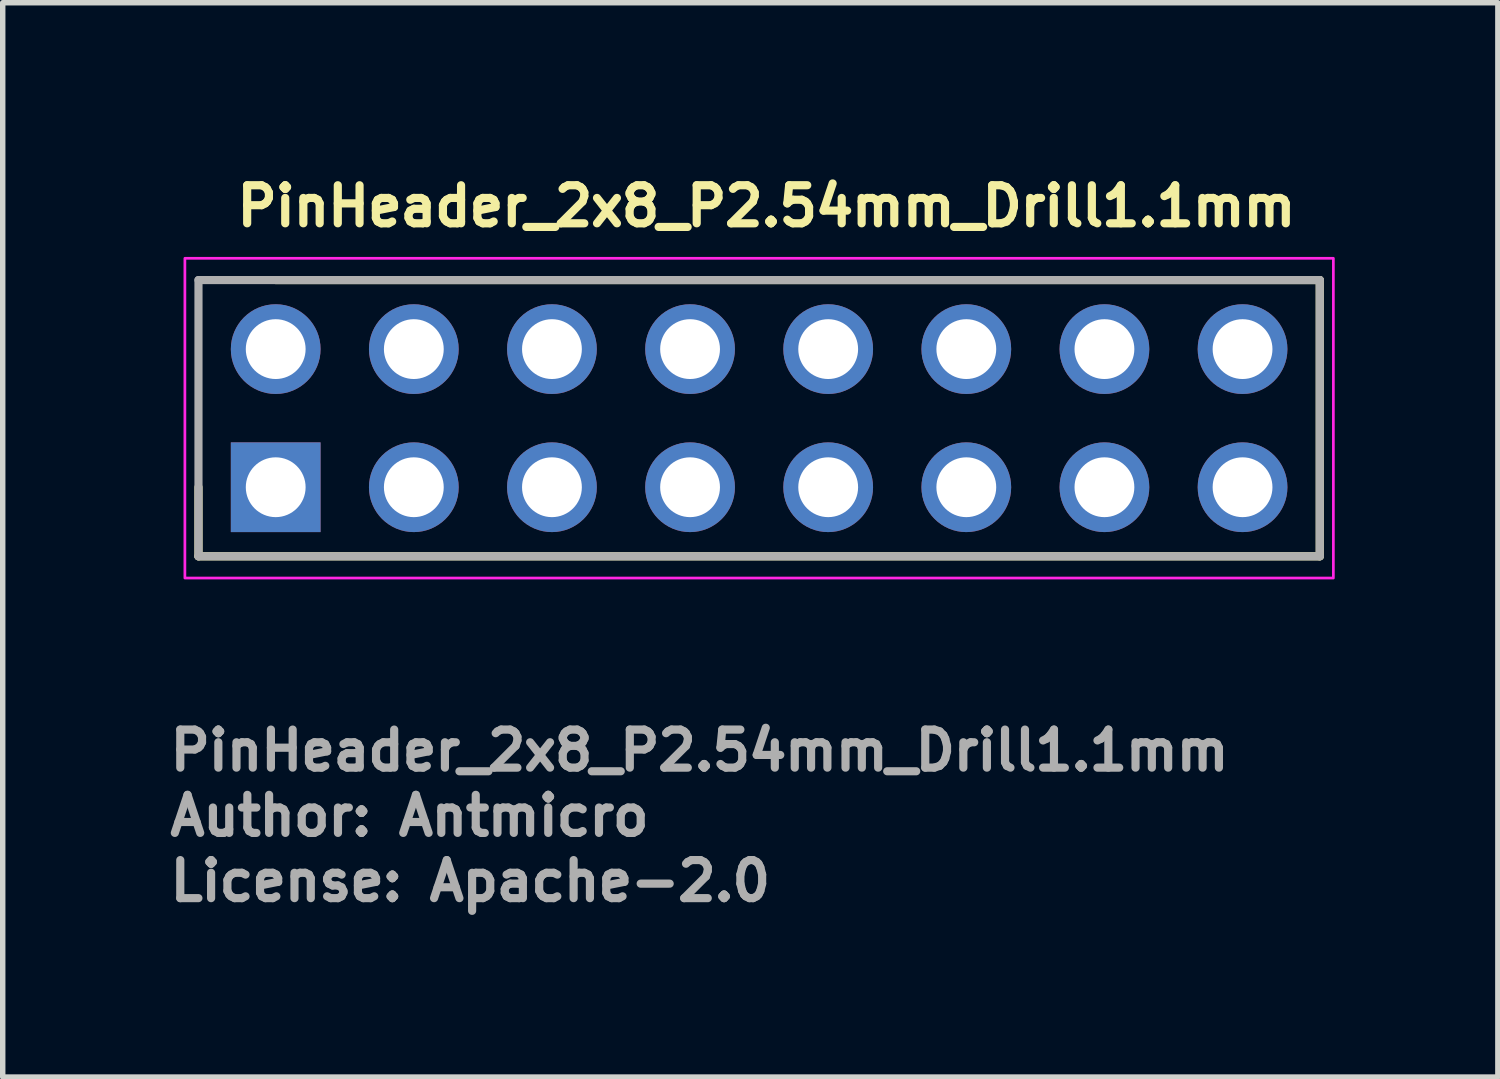
<source format=kicad_pcb>
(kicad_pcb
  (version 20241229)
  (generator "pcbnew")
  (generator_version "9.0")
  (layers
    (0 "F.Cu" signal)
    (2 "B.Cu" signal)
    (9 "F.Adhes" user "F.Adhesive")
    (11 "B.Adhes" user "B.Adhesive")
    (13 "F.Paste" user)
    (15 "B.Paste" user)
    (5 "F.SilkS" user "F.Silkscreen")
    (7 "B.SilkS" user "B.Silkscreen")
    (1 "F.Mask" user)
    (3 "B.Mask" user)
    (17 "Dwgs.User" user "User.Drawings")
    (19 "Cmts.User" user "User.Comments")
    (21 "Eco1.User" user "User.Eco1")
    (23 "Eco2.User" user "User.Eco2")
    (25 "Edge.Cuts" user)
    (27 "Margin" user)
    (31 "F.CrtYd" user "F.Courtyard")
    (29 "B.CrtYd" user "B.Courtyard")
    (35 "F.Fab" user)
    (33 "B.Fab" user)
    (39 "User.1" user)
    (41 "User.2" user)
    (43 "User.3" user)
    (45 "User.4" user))
  (footprint "PinHeader_2x8_P2.54mm_Drill1.1mm"
    (layer "F.Cu")
    (at 2.02 5.91)
    (property "Reference" "PinHeader_2x8_P2.54mm_Drill1.1mm" (at -0.79 -4.76 0) (unlocked yes) (layer "F.SilkS") (effects (font (size 0.7 0.7) (thickness 0.15)) (justify left bottom)))
    (attr through_hole)
    (fp_line (start -1.42 0) (end -1.42 1.27) (stroke (width 0.15) (type solid)) (layer "F.SilkS"))
    (fp_line (start -1.42 1.27) (end 19.2 1.27) (stroke (width 0.15) (type solid)) (layer "F.SilkS"))
    (fp_line (start 19.2 -3.81) (end 0 -3.81) (stroke (width 0.15) (type solid)) (layer "F.SilkS"))
    (fp_line (start 19.2 1.27) (end 19.2 -3.81) (stroke (width 0.15) (type solid)) (layer "F.SilkS"))
    (fp_rect (start -1.67 -4.21) (end 19.45 1.67) (stroke (width 0.05) (type solid)) (fill no) (layer "F.CrtYd"))
    (fp_line (start -1.42 -3.81) (end 19.2 -3.81) (stroke (width 0.15) (type solid)) (layer "F.Fab"))
    (fp_line (start -1.42 1.27) (end -1.42 -3.81) (stroke (width 0.15) (type solid)) (layer "F.Fab"))
    (fp_line (start 19.2 -3.81) (end 19.2 1.27) (stroke (width 0.15) (type solid)) (layer "F.Fab"))
    (fp_line (start 19.2 1.27) (end -1.42 1.27) (stroke (width 0.15) (type solid)) (layer "F.Fab"))
    (fp_rect (start -1.27 -3.81) (end 19.05 1.27) (stroke (width 0.1) (type solid)) (fill no) (layer "User.5"))
    (fp_line (start -1.27 -3.81) (end 1.045 -3.81) (stroke (width 0.02) (type solid)) (layer "User.9"))
    (fp_line (start -1.27 1.27) (end -1.27 -3.81) (stroke (width 0.02) (type solid)) (layer "User.9"))
    (fp_line (start -1.27 1.27) (end 1.045 1.27) (stroke (width 0.02) (type solid)) (layer "User.9"))
    (fp_line (start -0.32 -2.86) (end -0.064 -2.604) (stroke (width 0.02) (type solid)) (layer "User.9"))
    (fp_line (start -0.32 -2.86) (end 0.32 -2.86) (stroke (width 0.02) (type solid)) (layer "User.9"))
    (fp_line (start -0.32 -2.22) (end -0.32 -2.86) (stroke (width 0.02) (type solid)) (layer "User.9"))
    (fp_line (start -0.32 -2.22) (end -0.064 -2.476) (stroke (width 0.02) (type solid)) (layer "User.9"))
    (fp_line (start -0.32 -2.22) (end 0.32 -2.22) (stroke (width 0.02) (type solid)) (layer "User.9"))
    (fp_line (start -0.32 -0.32) (end -0.064 -0.064) (stroke (width 0.02) (type solid)) (layer "User.9"))
    (fp_line (start -0.32 -0.32) (end 0.32 -0.32) (stroke (width 0.02) (type solid)) (layer "User.9"))
    (fp_line (start -0.32 0.32) (end -0.32 -0.32) (stroke (width 0.02) (type solid)) (layer "User.9"))
    (fp_line (start -0.32 0.32) (end -0.064 0.064) (stroke (width 0.02) (type solid)) (layer "User.9"))
    (fp_line (start -0.32 0.32) (end 0.32 0.32) (stroke (width 0.02) (type solid)) (layer "User.9"))
    (fp_line (start -0.064 -2.604) (end 0.064 -2.604) (stroke (width 0.02) (type solid)) (layer "User.9"))
    (fp_line (start -0.064 -2.476) (end -0.064 -2.604) (stroke (width 0.02) (type solid)) (layer "User.9"))
    (fp_line (start -0.064 -2.476) (end 0.064 -2.476) (stroke (width 0.02) (type solid)) (layer "User.9"))
    (fp_line (start -0.064 -0.064) (end 0.064 -0.064) (stroke (width 0.02) (type solid)) (layer "User.9"))
    (fp_line (start -0.064 0.064) (end -0.064 -0.064) (stroke (width 0.02) (type solid)) (layer "User.9"))
    (fp_line (start -0.064 0.064) (end 0.064 0.064) (stroke (width 0.02) (type solid)) (layer "User.9"))
    (fp_line (start 0.064 -2.476) (end 0.064 -2.604) (stroke (width 0.02) (type solid)) (layer "User.9"))
    (fp_line (start 0.064 0.064) (end 0.064 -0.064) (stroke (width 0.02) (type solid)) (layer "User.9"))
    (fp_line (start 0.32 -2.86) (end 0.064 -2.604) (stroke (width 0.02) (type solid)) (layer "User.9"))
    (fp_line (start 0.32 -2.22) (end 0.064 -2.476) (stroke (width 0.02) (type solid)) (layer "User.9"))
    (fp_line (start 0.32 -2.22) (end 0.32 -2.86) (stroke (width 0.02) (type solid)) (layer "User.9"))
    (fp_line (start 0.32 -0.32) (end 0.064 -0.064) (stroke (width 0.02) (type solid)) (layer "User.9"))
    (fp_line (start 0.32 0.32) (end 0.064 0.064) (stroke (width 0.02) (type solid)) (layer "User.9"))
    (fp_line (start 0.32 0.32) (end 0.32 -0.32) (stroke (width 0.02) (type solid)) (layer "User.9"))
    (fp_line (start 1.045 -3.81) (end 1.27 -3.585) (stroke (width 0.02) (type solid)) (layer "User.9"))
    (fp_line (start 1.045 1.27) (end 1.045 -3.81) (stroke (width 0.02) (type solid)) (layer "User.9"))
    (fp_line (start 1.045 1.27) (end 1.27 1.045) (stroke (width 0.02) (type solid)) (layer "User.9"))
    (fp_line (start 1.27 1.045) (end 1.27 -3.585) (stroke (width 0.02) (type solid)) (layer "User.9"))
    (fp_line (start 1.495 -3.81) (end 1.27 -3.585) (stroke (width 0.02) (type solid)) (layer "User.9"))
    (fp_line (start 1.495 -3.81) (end 3.585 -3.81) (stroke (width 0.02) (type solid)) (layer "User.9"))
    (fp_line (start 1.495 1.27) (end 1.27 1.045) (stroke (width 0.02) (type solid)) (layer "User.9"))
    (fp_line (start 1.495 1.27) (end 1.495 -3.81) (stroke (width 0.02) (type solid)) (layer "User.9"))
    (fp_line (start 1.495 1.27) (end 3.585 1.27) (stroke (width 0.02) (type solid)) (layer "User.9"))
    (fp_line (start 2.22 -2.86) (end 2.476 -2.604) (stroke (width 0.02) (type solid)) (layer "User.9"))
    (fp_line (start 2.22 -2.86) (end 2.86 -2.86) (stroke (width 0.02) (type solid)) (layer "User.9"))
    (fp_line (start 2.22 -2.22) (end 2.22 -2.86) (stroke (width 0.02) (type solid)) (layer "User.9"))
    (fp_line (start 2.22 -2.22) (end 2.476 -2.476) (stroke (width 0.02) (type solid)) (layer "User.9"))
    (fp_line (start 2.22 -2.22) (end 2.86 -2.22) (stroke (width 0.02) (type solid)) (layer "User.9"))
    (fp_line (start 2.22 -0.32) (end 2.476 -0.064) (stroke (width 0.02) (type solid)) (layer "User.9"))
    (fp_line (start 2.22 -0.32) (end 2.86 -0.32) (stroke (width 0.02) (type solid)) (layer "User.9"))
    (fp_line (start 2.22 0.32) (end 2.22 -0.32) (stroke (width 0.02) (type solid)) (layer "User.9"))
    (fp_line (start 2.22 0.32) (end 2.476 0.064) (stroke (width 0.02) (type solid)) (layer "User.9"))
    (fp_line (start 2.22 0.32) (end 2.86 0.32) (stroke (width 0.02) (type solid)) (layer "User.9"))
    (fp_line (start 2.476 -2.604) (end 2.604 -2.604) (stroke (width 0.02) (type solid)) (layer "User.9"))
    (fp_line (start 2.476 -2.476) (end 2.476 -2.604) (stroke (width 0.02) (type solid)) (layer "User.9"))
    (fp_line (start 2.476 -2.476) (end 2.604 -2.476) (stroke (width 0.02) (type solid)) (layer "User.9"))
    (fp_line (start 2.476 -0.064) (end 2.604 -0.064) (stroke (width 0.02) (type solid)) (layer "User.9"))
    (fp_line (start 2.476 0.064) (end 2.476 -0.064) (stroke (width 0.02) (type solid)) (layer "User.9"))
    (fp_line (start 2.476 0.064) (end 2.604 0.064) (stroke (width 0.02) (type solid)) (layer "User.9"))
    (fp_line (start 2.604 -2.476) (end 2.604 -2.604) (stroke (width 0.02) (type solid)) (layer "User.9"))
    (fp_line (start 2.604 0.064) (end 2.604 -0.064) (stroke (width 0.02) (type solid)) (layer "User.9"))
    (fp_line (start 2.86 -2.86) (end 2.604 -2.604) (stroke (width 0.02) (type solid)) (layer "User.9"))
    (fp_line (start 2.86 -2.22) (end 2.604 -2.476) (stroke (width 0.02) (type solid)) (layer "User.9"))
    (fp_line (start 2.86 -2.22) (end 2.86 -2.86) (stroke (width 0.02) (type solid)) (layer "User.9"))
    (fp_line (start 2.86 -0.32) (end 2.604 -0.064) (stroke (width 0.02) (type solid)) (layer "User.9"))
    (fp_line (start 2.86 0.32) (end 2.604 0.064) (stroke (width 0.02) (type solid)) (layer "User.9"))
    (fp_line (start 2.86 0.32) (end 2.86 -0.32) (stroke (width 0.02) (type solid)) (layer "User.9"))
    (fp_line (start 3.585 -3.81) (end 3.81 -3.585) (stroke (width 0.02) (type solid)) (layer "User.9"))
    (fp_line (start 3.585 1.27) (end 3.585 -3.81) (stroke (width 0.02) (type solid)) (layer "User.9"))
    (fp_line (start 3.585 1.27) (end 3.81 1.045) (stroke (width 0.02) (type solid)) (layer "User.9"))
    (fp_line (start 3.81 1.045) (end 3.81 -3.585) (stroke (width 0.02) (type solid)) (layer "User.9"))
    (fp_line (start 4.035 -3.81) (end 3.81 -3.585) (stroke (width 0.02) (type solid)) (layer "User.9"))
    (fp_line (start 4.035 -3.81) (end 6.125 -3.81) (stroke (width 0.02) (type solid)) (layer "User.9"))
    (fp_line (start 4.035 1.27) (end 3.81 1.045) (stroke (width 0.02) (type solid)) (layer "User.9"))
    (fp_line (start 4.035 1.27) (end 4.035 -3.81) (stroke (width 0.02) (type solid)) (layer "User.9"))
    (fp_line (start 4.035 1.27) (end 6.125 1.27) (stroke (width 0.02) (type solid)) (layer "User.9"))
    (fp_line (start 4.76 -2.86) (end 5.016 -2.604) (stroke (width 0.02) (type solid)) (layer "User.9"))
    (fp_line (start 4.76 -2.86) (end 5.4 -2.86) (stroke (width 0.02) (type solid)) (layer "User.9"))
    (fp_line (start 4.76 -2.22) (end 4.76 -2.86) (stroke (width 0.02) (type solid)) (layer "User.9"))
    (fp_line (start 4.76 -2.22) (end 5.016 -2.476) (stroke (width 0.02) (type solid)) (layer "User.9"))
    (fp_line (start 4.76 -2.22) (end 5.4 -2.22) (stroke (width 0.02) (type solid)) (layer "User.9"))
    (fp_line (start 4.76 -0.32) (end 5.016 -0.064) (stroke (width 0.02) (type solid)) (layer "User.9"))
    (fp_line (start 4.76 -0.32) (end 5.4 -0.32) (stroke (width 0.02) (type solid)) (layer "User.9"))
    (fp_line (start 4.76 0.32) (end 4.76 -0.32) (stroke (width 0.02) (type solid)) (layer "User.9"))
    (fp_line (start 4.76 0.32) (end 5.016 0.064) (stroke (width 0.02) (type solid)) (layer "User.9"))
    (fp_line (start 4.76 0.32) (end 5.4 0.32) (stroke (width 0.02) (type solid)) (layer "User.9"))
    (fp_line (start 5.016 -2.604) (end 5.144 -2.604) (stroke (width 0.02) (type solid)) (layer "User.9"))
    (fp_line (start 5.016 -2.476) (end 5.016 -2.604) (stroke (width 0.02) (type solid)) (layer "User.9"))
    (fp_line (start 5.016 -2.476) (end 5.144 -2.476) (stroke (width 0.02) (type solid)) (layer "User.9"))
    (fp_line (start 5.016 -0.064) (end 5.144 -0.064) (stroke (width 0.02) (type solid)) (layer "User.9"))
    (fp_line (start 5.016 0.064) (end 5.016 -0.064) (stroke (width 0.02) (type solid)) (layer "User.9"))
    (fp_line (start 5.016 0.064) (end 5.144 0.064) (stroke (width 0.02) (type solid)) (layer "User.9"))
    (fp_line (start 5.144 -2.476) (end 5.144 -2.604) (stroke (width 0.02) (type solid)) (layer "User.9"))
    (fp_line (start 5.144 0.064) (end 5.144 -0.064) (stroke (width 0.02) (type solid)) (layer "User.9"))
    (fp_line (start 5.4 -2.86) (end 5.144 -2.604) (stroke (width 0.02) (type solid)) (layer "User.9"))
    (fp_line (start 5.4 -2.22) (end 5.144 -2.476) (stroke (width 0.02) (type solid)) (layer "User.9"))
    (fp_line (start 5.4 -2.22) (end 5.4 -2.86) (stroke (width 0.02) (type solid)) (layer "User.9"))
    (fp_line (start 5.4 -0.32) (end 5.144 -0.064) (stroke (width 0.02) (type solid)) (layer "User.9"))
    (fp_line (start 5.4 0.32) (end 5.144 0.064) (stroke (width 0.02) (type solid)) (layer "User.9"))
    (fp_line (start 5.4 0.32) (end 5.4 -0.32) (stroke (width 0.02) (type solid)) (layer "User.9"))
    (fp_line (start 6.125 -3.81) (end 6.35 -3.585) (stroke (width 0.02) (type solid)) (layer "User.9"))
    (fp_line (start 6.125 1.27) (end 6.125 -3.81) (stroke (width 0.02) (type solid)) (layer "User.9"))
    (fp_line (start 6.125 1.27) (end 6.35 1.045) (stroke (width 0.02) (type solid)) (layer "User.9"))
    (fp_line (start 6.35 1.045) (end 6.35 -3.585) (stroke (width 0.02) (type solid)) (layer "User.9"))
    (fp_line (start 6.575 -3.81) (end 6.35 -3.585) (stroke (width 0.02) (type solid)) (layer "User.9"))
    (fp_line (start 6.575 -3.81) (end 8.665 -3.81) (stroke (width 0.02) (type solid)) (layer "User.9"))
    (fp_line (start 6.575 1.27) (end 6.35 1.045) (stroke (width 0.02) (type solid)) (layer "User.9"))
    (fp_line (start 6.575 1.27) (end 6.575 -3.81) (stroke (width 0.02) (type solid)) (layer "User.9"))
    (fp_line (start 6.575 1.27) (end 8.665 1.27) (stroke (width 0.02) (type solid)) (layer "User.9"))
    (fp_line (start 7.3 -2.86) (end 7.556 -2.604) (stroke (width 0.02) (type solid)) (layer "User.9"))
    (fp_line (start 7.3 -2.86) (end 7.94 -2.86) (stroke (width 0.02) (type solid)) (layer "User.9"))
    (fp_line (start 7.3 -2.22) (end 7.3 -2.86) (stroke (width 0.02) (type solid)) (layer "User.9"))
    (fp_line (start 7.3 -2.22) (end 7.556 -2.476) (stroke (width 0.02) (type solid)) (layer "User.9"))
    (fp_line (start 7.3 -2.22) (end 7.94 -2.22) (stroke (width 0.02) (type solid)) (layer "User.9"))
    (fp_line (start 7.3 -0.32) (end 7.556 -0.064) (stroke (width 0.02) (type solid)) (layer "User.9"))
    (fp_line (start 7.3 -0.32) (end 7.94 -0.32) (stroke (width 0.02) (type solid)) (layer "User.9"))
    (fp_line (start 7.3 0.32) (end 7.3 -0.32) (stroke (width 0.02) (type solid)) (layer "User.9"))
    (fp_line (start 7.3 0.32) (end 7.556 0.064) (stroke (width 0.02) (type solid)) (layer "User.9"))
    (fp_line (start 7.3 0.32) (end 7.94 0.32) (stroke (width 0.02) (type solid)) (layer "User.9"))
    (fp_line (start 7.556 -2.604) (end 7.684 -2.604) (stroke (width 0.02) (type solid)) (layer "User.9"))
    (fp_line (start 7.556 -2.476) (end 7.556 -2.604) (stroke (width 0.02) (type solid)) (layer "User.9"))
    (fp_line (start 7.556 -2.476) (end 7.684 -2.476) (stroke (width 0.02) (type solid)) (layer "User.9"))
    (fp_line (start 7.556 -0.064) (end 7.684 -0.064) (stroke (width 0.02) (type solid)) (layer "User.9"))
    (fp_line (start 7.556 0.064) (end 7.556 -0.064) (stroke (width 0.02) (type solid)) (layer "User.9"))
    (fp_line (start 7.556 0.064) (end 7.684 0.064) (stroke (width 0.02) (type solid)) (layer "User.9"))
    (fp_line (start 7.684 -2.476) (end 7.684 -2.604) (stroke (width 0.02) (type solid)) (layer "User.9"))
    (fp_line (start 7.684 0.064) (end 7.684 -0.064) (stroke (width 0.02) (type solid)) (layer "User.9"))
    (fp_line (start 7.94 -2.86) (end 7.684 -2.604) (stroke (width 0.02) (type solid)) (layer "User.9"))
    (fp_line (start 7.94 -2.22) (end 7.684 -2.476) (stroke (width 0.02) (type solid)) (layer "User.9"))
    (fp_line (start 7.94 -2.22) (end 7.94 -2.86) (stroke (width 0.02) (type solid)) (layer "User.9"))
    (fp_line (start 7.94 -0.32) (end 7.684 -0.064) (stroke (width 0.02) (type solid)) (layer "User.9"))
    (fp_line (start 7.94 0.32) (end 7.684 0.064) (stroke (width 0.02) (type solid)) (layer "User.9"))
    (fp_line (start 7.94 0.32) (end 7.94 -0.32) (stroke (width 0.02) (type solid)) (layer "User.9"))
    (fp_line (start 8.665 -3.81) (end 8.89 -3.585) (stroke (width 0.02) (type solid)) (layer "User.9"))
    (fp_line (start 8.665 1.27) (end 8.665 -3.81) (stroke (width 0.02) (type solid)) (layer "User.9"))
    (fp_line (start 8.665 1.27) (end 8.89 1.045) (stroke (width 0.02) (type solid)) (layer "User.9"))
    (fp_line (start 8.89 1.045) (end 8.89 -3.585) (stroke (width 0.02) (type solid)) (layer "User.9"))
    (fp_line (start 9.115 -3.81) (end 8.89 -3.585) (stroke (width 0.02) (type solid)) (layer "User.9"))
    (fp_line (start 9.115 -3.81) (end 11.206 -3.81) (stroke (width 0.02) (type solid)) (layer "User.9"))
    (fp_line (start 9.115 1.27) (end 8.89 1.045) (stroke (width 0.02) (type solid)) (layer "User.9"))
    (fp_line (start 9.115 1.27) (end 9.115 -3.81) (stroke (width 0.02) (type solid)) (layer "User.9"))
    (fp_line (start 9.115 1.27) (end 11.206 1.27) (stroke (width 0.02) (type solid)) (layer "User.9"))
    (fp_line (start 9.84 -2.86) (end 10.096 -2.604) (stroke (width 0.02) (type solid)) (layer "User.9"))
    (fp_line (start 9.84 -2.86) (end 10.48 -2.86) (stroke (width 0.02) (type solid)) (layer "User.9"))
    (fp_line (start 9.84 -2.22) (end 9.84 -2.86) (stroke (width 0.02) (type solid)) (layer "User.9"))
    (fp_line (start 9.84 -2.22) (end 10.096 -2.476) (stroke (width 0.02) (type solid)) (layer "User.9"))
    (fp_line (start 9.84 -2.22) (end 10.48 -2.22) (stroke (width 0.02) (type solid)) (layer "User.9"))
    (fp_line (start 9.84 -0.32) (end 10.096 -0.064) (stroke (width 0.02) (type solid)) (layer "User.9"))
    (fp_line (start 9.84 -0.32) (end 10.48 -0.32) (stroke (width 0.02) (type solid)) (layer "User.9"))
    (fp_line (start 9.84 0.32) (end 9.84 -0.32) (stroke (width 0.02) (type solid)) (layer "User.9"))
    (fp_line (start 9.84 0.32) (end 10.096 0.064) (stroke (width 0.02) (type solid)) (layer "User.9"))
    (fp_line (start 9.84 0.32) (end 10.48 0.32) (stroke (width 0.02) (type solid)) (layer "User.9"))
    (fp_line (start 10.096 -2.604) (end 10.224 -2.604) (stroke (width 0.02) (type solid)) (layer "User.9"))
    (fp_line (start 10.096 -2.476) (end 10.096 -2.604) (stroke (width 0.02) (type solid)) (layer "User.9"))
    (fp_line (start 10.096 -2.476) (end 10.224 -2.476) (stroke (width 0.02) (type solid)) (layer "User.9"))
    (fp_line (start 10.096 -0.064) (end 10.224 -0.064) (stroke (width 0.02) (type solid)) (layer "User.9"))
    (fp_line (start 10.096 0.064) (end 10.096 -0.064) (stroke (width 0.02) (type solid)) (layer "User.9"))
    (fp_line (start 10.096 0.064) (end 10.224 0.064) (stroke (width 0.02) (type solid)) (layer "User.9"))
    (fp_line (start 10.224 -2.476) (end 10.224 -2.604) (stroke (width 0.02) (type solid)) (layer "User.9"))
    (fp_line (start 10.224 0.064) (end 10.224 -0.064) (stroke (width 0.02) (type solid)) (layer "User.9"))
    (fp_line (start 10.48 -2.86) (end 10.224 -2.604) (stroke (width 0.02) (type solid)) (layer "User.9"))
    (fp_line (start 10.48 -2.22) (end 10.224 -2.476) (stroke (width 0.02) (type solid)) (layer "User.9"))
    (fp_line (start 10.48 -2.22) (end 10.48 -2.86) (stroke (width 0.02) (type solid)) (layer "User.9"))
    (fp_line (start 10.48 -0.32) (end 10.224 -0.064) (stroke (width 0.02) (type solid)) (layer "User.9"))
    (fp_line (start 10.48 0.32) (end 10.224 0.064) (stroke (width 0.02) (type solid)) (layer "User.9"))
    (fp_line (start 10.48 0.32) (end 10.48 -0.32) (stroke (width 0.02) (type solid)) (layer "User.9"))
    (fp_line (start 11.206 -3.81) (end 11.43 -3.585) (stroke (width 0.02) (type solid)) (layer "User.9"))
    (fp_line (start 11.206 1.27) (end 11.206 -3.81) (stroke (width 0.02) (type solid)) (layer "User.9"))
    (fp_line (start 11.206 1.27) (end 11.43 1.045) (stroke (width 0.02) (type solid)) (layer "User.9"))
    (fp_line (start 11.43 1.045) (end 11.43 -3.585) (stroke (width 0.02) (type solid)) (layer "User.9"))
    (fp_line (start 11.654 -3.81) (end 11.43 -3.585) (stroke (width 0.02) (type solid)) (layer "User.9"))
    (fp_line (start 11.654 -3.81) (end 13.746 -3.81) (stroke (width 0.02) (type solid)) (layer "User.9"))
    (fp_line (start 11.654 1.27) (end 11.43 1.045) (stroke (width 0.02) (type solid)) (layer "User.9"))
    (fp_line (start 11.654 1.27) (end 11.654 -3.81) (stroke (width 0.02) (type solid)) (layer "User.9"))
    (fp_line (start 11.654 1.27) (end 13.746 1.27) (stroke (width 0.02) (type solid)) (layer "User.9"))
    (fp_line (start 12.38 -2.86) (end 12.636 -2.604) (stroke (width 0.02) (type solid)) (layer "User.9"))
    (fp_line (start 12.38 -2.86) (end 13.02 -2.86) (stroke (width 0.02) (type solid)) (layer "User.9"))
    (fp_line (start 12.38 -2.22) (end 12.38 -2.86) (stroke (width 0.02) (type solid)) (layer "User.9"))
    (fp_line (start 12.38 -2.22) (end 12.636 -2.476) (stroke (width 0.02) (type solid)) (layer "User.9"))
    (fp_line (start 12.38 -2.22) (end 13.02 -2.22) (stroke (width 0.02) (type solid)) (layer "User.9"))
    (fp_line (start 12.38 -0.32) (end 12.636 -0.064) (stroke (width 0.02) (type solid)) (layer "User.9"))
    (fp_line (start 12.38 -0.32) (end 13.02 -0.32) (stroke (width 0.02) (type solid)) (layer "User.9"))
    (fp_line (start 12.38 0.32) (end 12.38 -0.32) (stroke (width 0.02) (type solid)) (layer "User.9"))
    (fp_line (start 12.38 0.32) (end 12.636 0.064) (stroke (width 0.02) (type solid)) (layer "User.9"))
    (fp_line (start 12.38 0.32) (end 13.02 0.32) (stroke (width 0.02) (type solid)) (layer "User.9"))
    (fp_line (start 12.636 -2.604) (end 12.764 -2.604) (stroke (width 0.02) (type solid)) (layer "User.9"))
    (fp_line (start 12.636 -2.476) (end 12.636 -2.604) (stroke (width 0.02) (type solid)) (layer "User.9"))
    (fp_line (start 12.636 -2.476) (end 12.764 -2.476) (stroke (width 0.02) (type solid)) (layer "User.9"))
    (fp_line (start 12.636 -0.064) (end 12.764 -0.064) (stroke (width 0.02) (type solid)) (layer "User.9"))
    (fp_line (start 12.636 0.064) (end 12.636 -0.064) (stroke (width 0.02) (type solid)) (layer "User.9"))
    (fp_line (start 12.636 0.064) (end 12.764 0.064) (stroke (width 0.02) (type solid)) (layer "User.9"))
    (fp_line (start 12.764 -2.476) (end 12.764 -2.604) (stroke (width 0.02) (type solid)) (layer "User.9"))
    (fp_line (start 12.764 0.064) (end 12.764 -0.064) (stroke (width 0.02) (type solid)) (layer "User.9"))
    (fp_line (start 13.02 -2.86) (end 12.764 -2.604) (stroke (width 0.02) (type solid)) (layer "User.9"))
    (fp_line (start 13.02 -2.22) (end 12.764 -2.476) (stroke (width 0.02) (type solid)) (layer "User.9"))
    (fp_line (start 13.02 -2.22) (end 13.02 -2.86) (stroke (width 0.02) (type solid)) (layer "User.9"))
    (fp_line (start 13.02 -0.32) (end 12.764 -0.064) (stroke (width 0.02) (type solid)) (layer "User.9"))
    (fp_line (start 13.02 0.32) (end 12.764 0.064) (stroke (width 0.02) (type solid)) (layer "User.9"))
    (fp_line (start 13.02 0.32) (end 13.02 -0.32) (stroke (width 0.02) (type solid)) (layer "User.9"))
    (fp_line (start 13.746 -3.81) (end 13.97 -3.585) (stroke (width 0.02) (type solid)) (layer "User.9"))
    (fp_line (start 13.746 1.27) (end 13.746 -3.81) (stroke (width 0.02) (type solid)) (layer "User.9"))
    (fp_line (start 13.746 1.27) (end 13.97 1.045) (stroke (width 0.02) (type solid)) (layer "User.9"))
    (fp_line (start 13.97 1.045) (end 13.97 -3.585) (stroke (width 0.02) (type solid)) (layer "User.9"))
    (fp_line (start 14.194 -3.81) (end 13.97 -3.585) (stroke (width 0.02) (type solid)) (layer "User.9"))
    (fp_line (start 14.194 -3.81) (end 16.285 -3.81) (stroke (width 0.02) (type solid)) (layer "User.9"))
    (fp_line (start 14.194 1.27) (end 13.97 1.045) (stroke (width 0.02) (type solid)) (layer "User.9"))
    (fp_line (start 14.194 1.27) (end 14.194 -3.81) (stroke (width 0.02) (type solid)) (layer "User.9"))
    (fp_line (start 14.194 1.27) (end 16.285 1.27) (stroke (width 0.02) (type solid)) (layer "User.9"))
    (fp_line (start 14.92 -2.86) (end 15.176 -2.604) (stroke (width 0.02) (type solid)) (layer "User.9"))
    (fp_line (start 14.92 -2.86) (end 15.56 -2.86) (stroke (width 0.02) (type solid)) (layer "User.9"))
    (fp_line (start 14.92 -2.22) (end 14.92 -2.86) (stroke (width 0.02) (type solid)) (layer "User.9"))
    (fp_line (start 14.92 -2.22) (end 15.176 -2.476) (stroke (width 0.02) (type solid)) (layer "User.9"))
    (fp_line (start 14.92 -2.22) (end 15.56 -2.22) (stroke (width 0.02) (type solid)) (layer "User.9"))
    (fp_line (start 14.92 -0.32) (end 15.176 -0.064) (stroke (width 0.02) (type solid)) (layer "User.9"))
    (fp_line (start 14.92 -0.32) (end 15.56 -0.32) (stroke (width 0.02) (type solid)) (layer "User.9"))
    (fp_line (start 14.92 0.32) (end 14.92 -0.32) (stroke (width 0.02) (type solid)) (layer "User.9"))
    (fp_line (start 14.92 0.32) (end 15.176 0.064) (stroke (width 0.02) (type solid)) (layer "User.9"))
    (fp_line (start 14.92 0.32) (end 15.56 0.32) (stroke (width 0.02) (type solid)) (layer "User.9"))
    (fp_line (start 15.176 -2.604) (end 15.304 -2.604) (stroke (width 0.02) (type solid)) (layer "User.9"))
    (fp_line (start 15.176 -2.476) (end 15.176 -2.604) (stroke (width 0.02) (type solid)) (layer "User.9"))
    (fp_line (start 15.176 -2.476) (end 15.304 -2.476) (stroke (width 0.02) (type solid)) (layer "User.9"))
    (fp_line (start 15.176 -0.064) (end 15.304 -0.064) (stroke (width 0.02) (type solid)) (layer "User.9"))
    (fp_line (start 15.176 0.064) (end 15.176 -0.064) (stroke (width 0.02) (type solid)) (layer "User.9"))
    (fp_line (start 15.176 0.064) (end 15.304 0.064) (stroke (width 0.02) (type solid)) (layer "User.9"))
    (fp_line (start 15.304 -2.476) (end 15.304 -2.604) (stroke (width 0.02) (type solid)) (layer "User.9"))
    (fp_line (start 15.304 0.064) (end 15.304 -0.064) (stroke (width 0.02) (type solid)) (layer "User.9"))
    (fp_line (start 15.56 -2.86) (end 15.304 -2.604) (stroke (width 0.02) (type solid)) (layer "User.9"))
    (fp_line (start 15.56 -2.22) (end 15.304 -2.476) (stroke (width 0.02) (type solid)) (layer "User.9"))
    (fp_line (start 15.56 -2.22) (end 15.56 -2.86) (stroke (width 0.02) (type solid)) (layer "User.9"))
    (fp_line (start 15.56 -0.32) (end 15.304 -0.064) (stroke (width 0.02) (type solid)) (layer "User.9"))
    (fp_line (start 15.56 0.32) (end 15.304 0.064) (stroke (width 0.02) (type solid)) (layer "User.9"))
    (fp_line (start 15.56 0.32) (end 15.56 -0.32) (stroke (width 0.02) (type solid)) (layer "User.9"))
    (fp_line (start 16.285 -3.81) (end 16.51 -3.585) (stroke (width 0.02) (type solid)) (layer "User.9"))
    (fp_line (start 16.285 1.27) (end 16.285 -3.81) (stroke (width 0.02) (type solid)) (layer "User.9"))
    (fp_line (start 16.285 1.27) (end 16.51 1.045) (stroke (width 0.02) (type solid)) (layer "User.9"))
    (fp_line (start 16.51 1.045) (end 16.51 -3.585) (stroke (width 0.02) (type solid)) (layer "User.9"))
    (fp_line (start 16.735 -3.81) (end 16.51 -3.585) (stroke (width 0.02) (type solid)) (layer "User.9"))
    (fp_line (start 16.735 -3.81) (end 19.05 -3.81) (stroke (width 0.02) (type solid)) (layer "User.9"))
    (fp_line (start 16.735 1.27) (end 16.51 1.045) (stroke (width 0.02) (type solid)) (layer "User.9"))
    (fp_line (start 16.735 1.27) (end 16.735 -3.81) (stroke (width 0.02) (type solid)) (layer "User.9"))
    (fp_line (start 16.735 1.27) (end 19.05 1.27) (stroke (width 0.02) (type solid)) (layer "User.9"))
    (fp_line (start 17.46 -2.86) (end 17.716 -2.604) (stroke (width 0.02) (type solid)) (layer "User.9"))
    (fp_line (start 17.46 -2.86) (end 18.1 -2.86) (stroke (width 0.02) (type solid)) (layer "User.9"))
    (fp_line (start 17.46 -2.22) (end 17.46 -2.86) (stroke (width 0.02) (type solid)) (layer "User.9"))
    (fp_line (start 17.46 -2.22) (end 17.716 -2.476) (stroke (width 0.02) (type solid)) (layer "User.9"))
    (fp_line (start 17.46 -2.22) (end 18.1 -2.22) (stroke (width 0.02) (type solid)) (layer "User.9"))
    (fp_line (start 17.46 -0.32) (end 17.716 -0.064) (stroke (width 0.02) (type solid)) (layer "User.9"))
    (fp_line (start 17.46 -0.32) (end 18.1 -0.32) (stroke (width 0.02) (type solid)) (layer "User.9"))
    (fp_line (start 17.46 0.32) (end 17.46 -0.32) (stroke (width 0.02) (type solid)) (layer "User.9"))
    (fp_line (start 17.46 0.32) (end 17.716 0.064) (stroke (width 0.02) (type solid)) (layer "User.9"))
    (fp_line (start 17.46 0.32) (end 18.1 0.32) (stroke (width 0.02) (type solid)) (layer "User.9"))
    (fp_line (start 17.716 -2.604) (end 17.844 -2.604) (stroke (width 0.02) (type solid)) (layer "User.9"))
    (fp_line (start 17.716 -2.476) (end 17.716 -2.604) (stroke (width 0.02) (type solid)) (layer "User.9"))
    (fp_line (start 17.716 -2.476) (end 17.844 -2.476) (stroke (width 0.02) (type solid)) (layer "User.9"))
    (fp_line (start 17.716 -0.064) (end 17.844 -0.064) (stroke (width 0.02) (type solid)) (layer "User.9"))
    (fp_line (start 17.716 0.064) (end 17.716 -0.064) (stroke (width 0.02) (type solid)) (layer "User.9"))
    (fp_line (start 17.716 0.064) (end 17.844 0.064) (stroke (width 0.02) (type solid)) (layer "User.9"))
    (fp_line (start 17.844 -2.476) (end 17.844 -2.604) (stroke (width 0.02) (type solid)) (layer "User.9"))
    (fp_line (start 17.844 0.064) (end 17.844 -0.064) (stroke (width 0.02) (type solid)) (layer "User.9"))
    (fp_line (start 18.1 -2.86) (end 17.844 -2.604) (stroke (width 0.02) (type solid)) (layer "User.9"))
    (fp_line (start 18.1 -2.22) (end 17.844 -2.476) (stroke (width 0.02) (type solid)) (layer "User.9"))
    (fp_line (start 18.1 -2.22) (end 18.1 -2.86) (stroke (width 0.02) (type solid)) (layer "User.9"))
    (fp_line (start 18.1 -0.32) (end 17.844 -0.064) (stroke (width 0.02) (type solid)) (layer "User.9"))
    (fp_line (start 18.1 0.32) (end 17.844 0.064) (stroke (width 0.02) (type solid)) (layer "User.9"))
    (fp_line (start 18.1 0.32) (end 18.1 -0.32) (stroke (width 0.02) (type solid)) (layer "User.9"))
    (fp_line (start 19.05 1.27) (end 19.05 -3.81) (stroke (width 0.02) (type solid)) (layer "User.9"))
    (fp_text user "Author: Antmicro" (at -2.02 6.45 0) (layer "F.Fab") (effects (font (size 0.7 0.7) (thickness 0.15)) (justify left bottom)))
    (fp_text user "License: Apache-2.0" (at -2.02 7.65 0) (layer "F.Fab") (effects (font (size 0.7 0.7) (thickness 0.15)) (justify left bottom)))
    (fp_text user "${REFERENCE}" (at -2.02 5.25 0) (layer "F.Fab") (effects (font (size 0.7 0.7) (thickness 0.15)) (justify left bottom)))
    (pad "1" thru_hole rect (at 0 0) (size 1.65 1.65) (drill 1.1) (layers "*.Cu" "*.Mask"))
    (pad "2" thru_hole circle (at 0 -2.54) (size 1.65 1.65) (drill 1.1) (layers "*.Cu" "*.Mask"))
    (pad "3" thru_hole circle (at 2.54 0) (size 1.65 1.65) (drill 1.1) (layers "*.Cu" "*.Mask"))
    (pad "4" thru_hole circle (at 2.54 -2.54) (size 1.65 1.65) (drill 1.1) (layers "*.Cu" "*.Mask"))
    (pad "5" thru_hole circle (at 5.08 0) (size 1.65 1.65) (drill 1.1) (layers "*.Cu" "*.Mask"))
    (pad "6" thru_hole circle (at 5.08 -2.54) (size 1.65 1.65) (drill 1.1) (layers "*.Cu" "*.Mask"))
    (pad "7" thru_hole circle (at 7.62 0) (size 1.65 1.65) (drill 1.1) (layers "*.Cu" "*.Mask"))
    (pad "8" thru_hole circle (at 7.62 -2.54) (size 1.65 1.65) (drill 1.1) (layers "*.Cu" "*.Mask"))
    (pad "9" thru_hole circle (at 10.16 0) (size 1.65 1.65) (drill 1.1) (layers "*.Cu" "*.Mask"))
    (pad "10" thru_hole circle (at 10.16 -2.54) (size 1.65 1.65) (drill 1.1) (layers "*.Cu" "*.Mask"))
    (pad "11" thru_hole circle (at 12.7 0) (size 1.65 1.65) (drill 1.1) (layers "*.Cu" "*.Mask"))
    (pad "12" thru_hole circle (at 12.7 -2.54) (size 1.65 1.65) (drill 1.1) (layers "*.Cu" "*.Mask"))
    (pad "13" thru_hole circle (at 15.24 0) (size 1.65 1.65) (drill 1.1) (layers "*.Cu" "*.Mask"))
    (pad "14" thru_hole circle (at 15.24 -2.54) (size 1.65 1.65) (drill 1.1) (layers "*.Cu" "*.Mask"))
    (pad "15" thru_hole circle (at 17.78 0) (size 1.65 1.65) (drill 1.1) (layers "*.Cu" "*.Mask"))
    (pad "16" thru_hole circle (at 17.78 -2.54) (size 1.65 1.65) (drill 1.1) (layers "*.Cu" "*.Mask")))
  (gr_rect
    (start -3 -3)
    (end 24.495 16.756)
    (stroke (width 0.1) (type default))
    (fill no)
    (layer "Edge.Cuts")))
</source>
